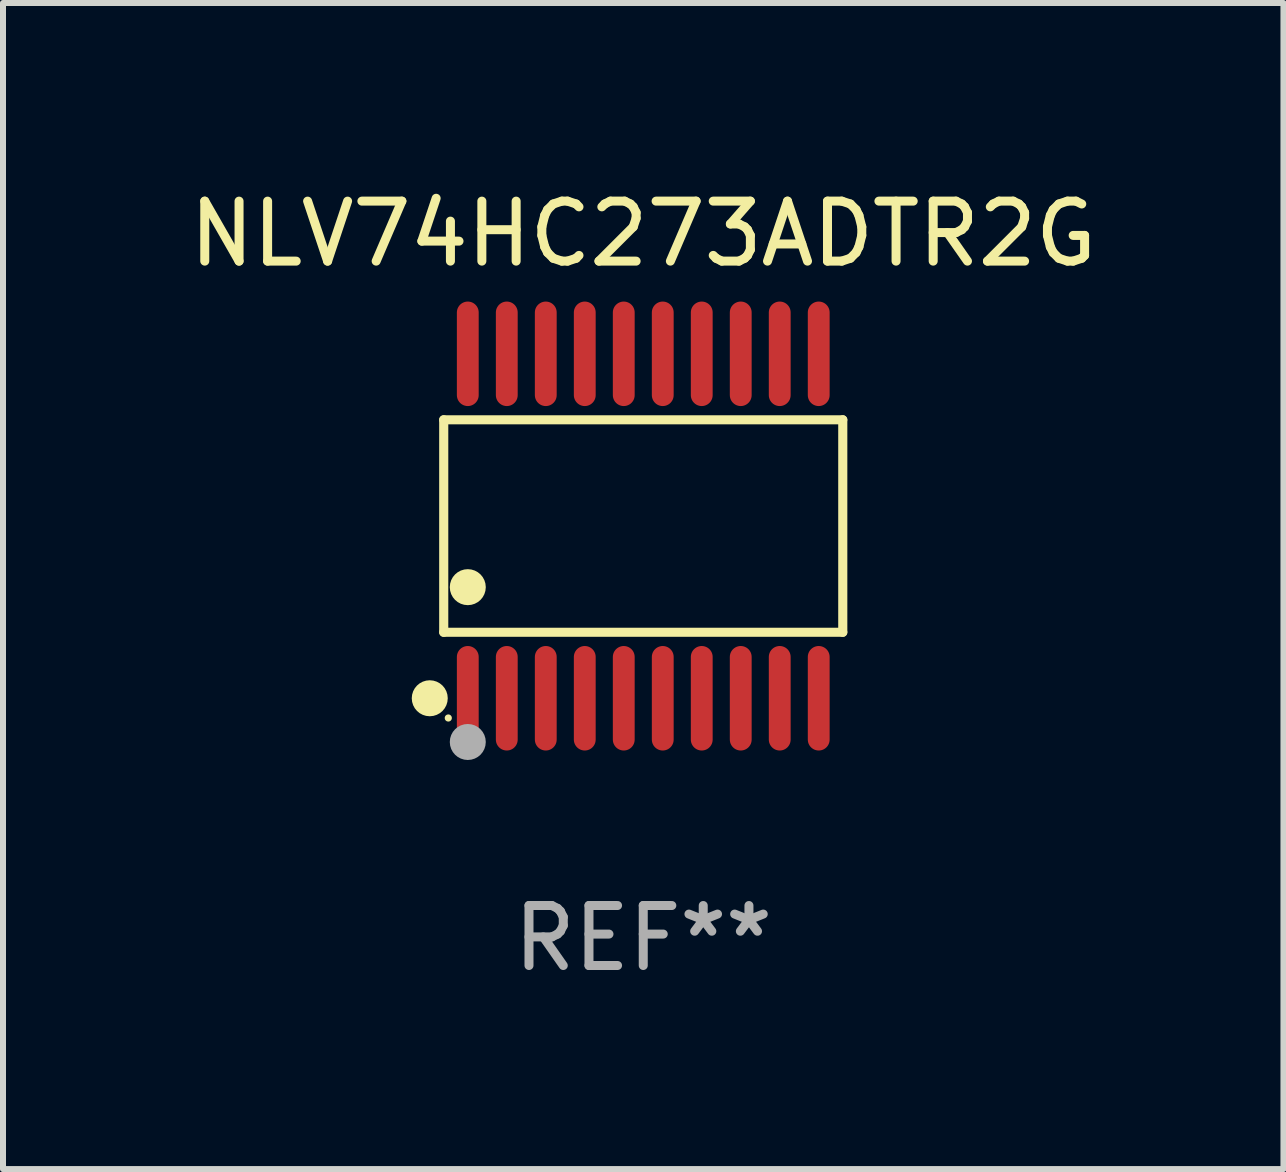
<source format=kicad_pcb>
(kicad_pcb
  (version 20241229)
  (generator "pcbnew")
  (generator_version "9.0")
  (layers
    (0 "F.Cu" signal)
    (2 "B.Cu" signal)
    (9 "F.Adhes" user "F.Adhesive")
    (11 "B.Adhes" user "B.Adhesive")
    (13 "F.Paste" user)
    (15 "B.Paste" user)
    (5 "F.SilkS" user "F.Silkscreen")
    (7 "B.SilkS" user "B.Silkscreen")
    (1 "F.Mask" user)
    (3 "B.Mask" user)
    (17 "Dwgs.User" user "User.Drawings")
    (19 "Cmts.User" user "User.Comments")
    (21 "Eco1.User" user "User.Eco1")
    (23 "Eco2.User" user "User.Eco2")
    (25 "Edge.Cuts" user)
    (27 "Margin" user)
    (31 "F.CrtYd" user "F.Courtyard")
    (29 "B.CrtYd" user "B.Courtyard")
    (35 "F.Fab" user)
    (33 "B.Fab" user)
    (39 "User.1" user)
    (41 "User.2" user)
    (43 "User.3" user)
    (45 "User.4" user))
  (footprint "NLV74HC273ADTR2G"
    (layer "F.Cu")
    (at 7.673 5.719)
    (property "Reference" "NLV74HC273ADTR2G" (at 0 -4.871 0) (layer "F.SilkS") (effects (font (size 1 1) (thickness 0.15))))
    (attr through_hole)
    (fp_line (start -3.326 -1.771) (end 3.326 -1.771) (stroke (width 0.152) (type solid)) (layer "F.SilkS"))
    (fp_line (start -3.326 1.771) (end -3.326 -1.771) (stroke (width 0.152) (type solid)) (layer "F.SilkS"))
    (fp_line (start 3.326 -1.771) (end 3.326 1.771) (stroke (width 0.152) (type solid)) (layer "F.SilkS"))
    (fp_line (start 3.326 1.771) (end -3.326 1.771) (stroke (width 0.152) (type solid)) (layer "F.SilkS"))
    (fp_circle (center -3.559 2.871) (end -3.409 2.871) (stroke (width 0.3) (type solid)) (fill no) (layer "F.SilkS"))
    (fp_circle (center -3.25 3.2) (end -3.22 3.2) (stroke (width 0.06) (type solid)) (fill no) (layer "F.SilkS"))
    (fp_circle (center -2.925 1.019) (end -2.775 1.019) (stroke (width 0.3) (type solid)) (fill no) (layer "F.SilkS"))
    (fp_circle (center -2.925 3.6) (end -2.775 3.6) (stroke (width 0.3) (type solid)) (fill no) (layer "F.Fab"))
    (fp_text user "REF**" (at 0 6.871 0) (layer "F.Fab") (effects (font (size 1 1) (thickness 0.15))))
    (pad "1" smd oval (at -2.925 2.871) (size 0.364 1.742) (layers "F.Cu" "F.Mask" "F.Paste"))
    (pad "2" smd oval (at -2.275 2.871) (size 0.364 1.742) (layers "F.Cu" "F.Mask" "F.Paste"))
    (pad "3" smd oval (at -1.625 2.871) (size 0.364 1.742) (layers "F.Cu" "F.Mask" "F.Paste"))
    (pad "4" smd oval (at -0.975 2.871) (size 0.364 1.742) (layers "F.Cu" "F.Mask" "F.Paste"))
    (pad "5" smd oval (at -0.325 2.871) (size 0.364 1.742) (layers "F.Cu" "F.Mask" "F.Paste"))
    (pad "6" smd oval (at 0.325 2.871) (size 0.364 1.742) (layers "F.Cu" "F.Mask" "F.Paste"))
    (pad "7" smd oval (at 0.975 2.871) (size 0.364 1.742) (layers "F.Cu" "F.Mask" "F.Paste"))
    (pad "8" smd oval (at 1.625 2.871) (size 0.364 1.742) (layers "F.Cu" "F.Mask" "F.Paste"))
    (pad "9" smd oval (at 2.275 2.871) (size 0.364 1.742) (layers "F.Cu" "F.Mask" "F.Paste"))
    (pad "10" smd oval (at 2.925 2.871) (size 0.364 1.742) (layers "F.Cu" "F.Mask" "F.Paste"))
    (pad "11" smd oval (at 2.925 -2.871) (size 0.364 1.742) (layers "F.Cu" "F.Mask" "F.Paste"))
    (pad "12" smd oval (at 2.275 -2.871) (size 0.364 1.742) (layers "F.Cu" "F.Mask" "F.Paste"))
    (pad "13" smd oval (at 1.625 -2.871) (size 0.364 1.742) (layers "F.Cu" "F.Mask" "F.Paste"))
    (pad "14" smd oval (at 0.975 -2.871) (size 0.364 1.742) (layers "F.Cu" "F.Mask" "F.Paste"))
    (pad "15" smd oval (at 0.325 -2.871) (size 0.364 1.742) (layers "F.Cu" "F.Mask" "F.Paste"))
    (pad "16" smd oval (at -0.325 -2.871) (size 0.364 1.742) (layers "F.Cu" "F.Mask" "F.Paste"))
    (pad "17" smd oval (at -0.975 -2.871) (size 0.364 1.742) (layers "F.Cu" "F.Mask" "F.Paste"))
    (pad "18" smd oval (at -1.625 -2.871) (size 0.364 1.742) (layers "F.Cu" "F.Mask" "F.Paste"))
    (pad "19" smd oval (at -2.275 -2.871) (size 0.364 1.742) (layers "F.Cu" "F.Mask" "F.Paste"))
    (pad "20" smd oval (at -2.925 -2.871) (size 0.364 1.742) (layers "F.Cu" "F.Mask" "F.Paste")))
  (gr_rect
    (start -3 -3)
    (end 18.345 16.438)
    (stroke (width 0.1) (type default))
    (fill no)
    (layer "Edge.Cuts")))
</source>
